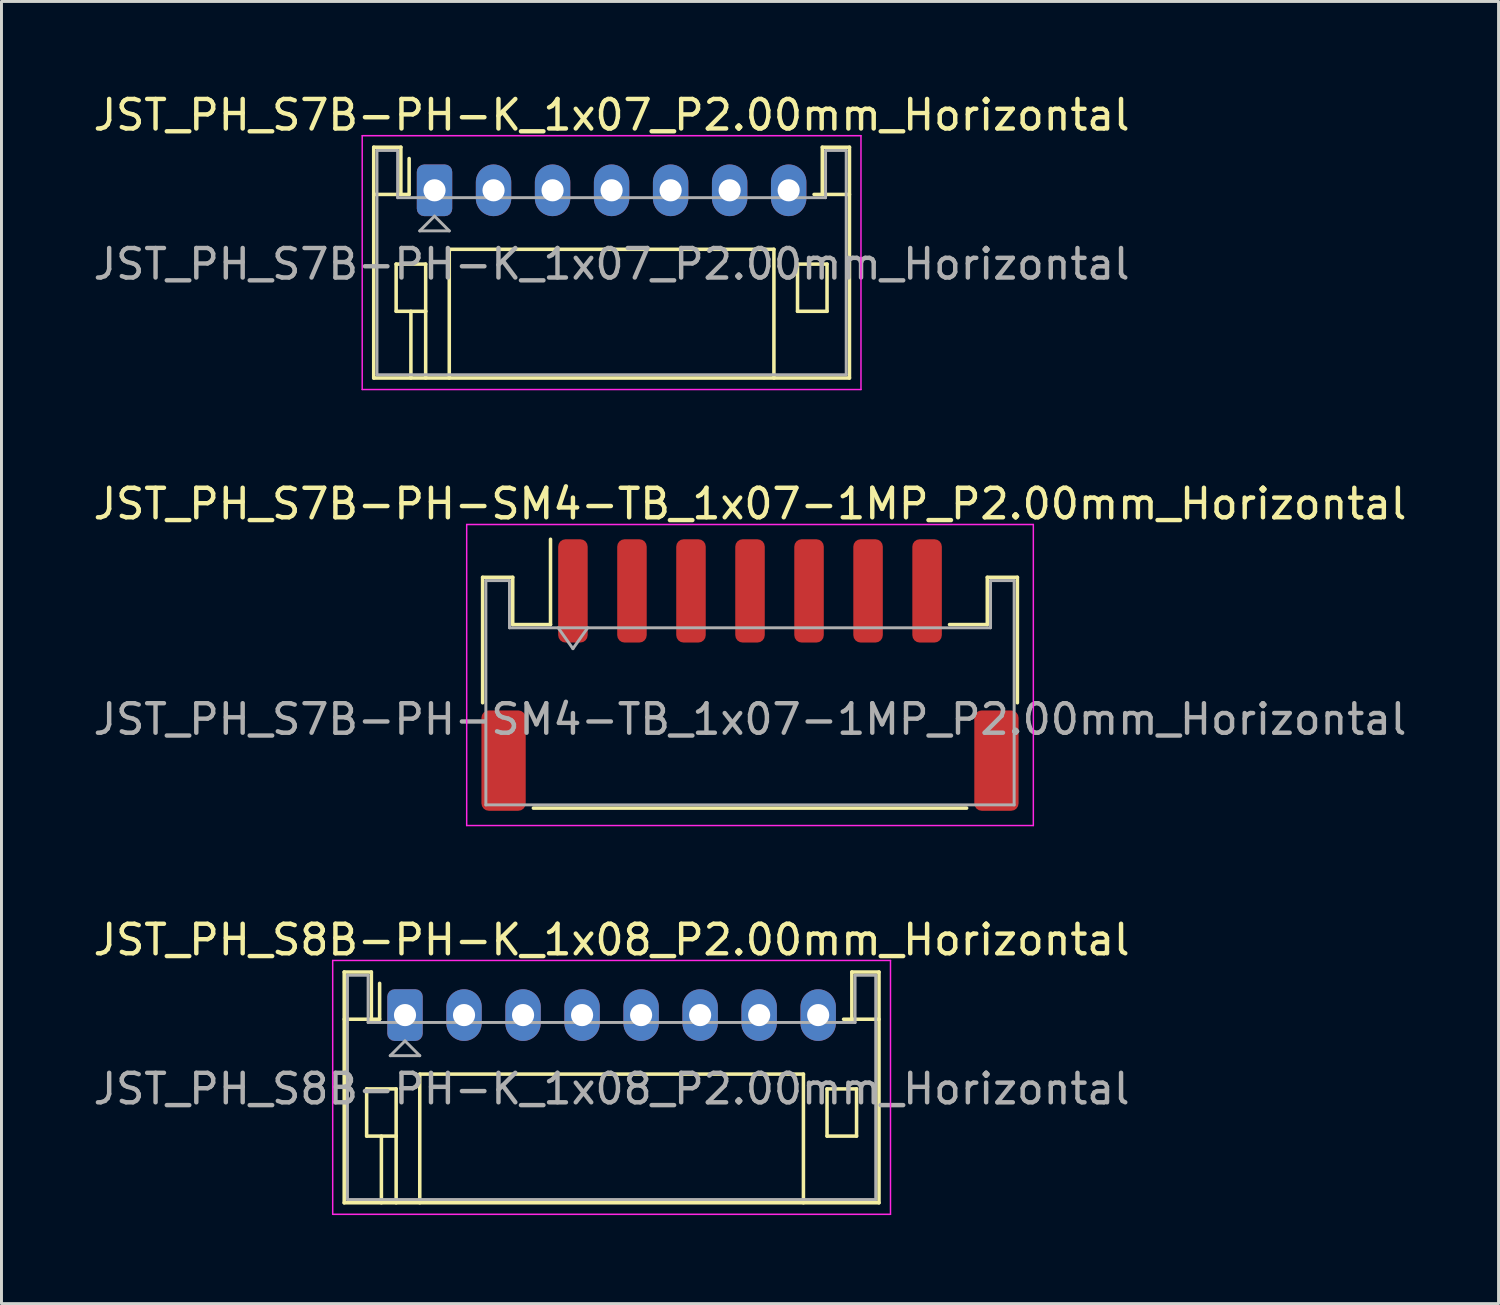
<source format=kicad_pcb>
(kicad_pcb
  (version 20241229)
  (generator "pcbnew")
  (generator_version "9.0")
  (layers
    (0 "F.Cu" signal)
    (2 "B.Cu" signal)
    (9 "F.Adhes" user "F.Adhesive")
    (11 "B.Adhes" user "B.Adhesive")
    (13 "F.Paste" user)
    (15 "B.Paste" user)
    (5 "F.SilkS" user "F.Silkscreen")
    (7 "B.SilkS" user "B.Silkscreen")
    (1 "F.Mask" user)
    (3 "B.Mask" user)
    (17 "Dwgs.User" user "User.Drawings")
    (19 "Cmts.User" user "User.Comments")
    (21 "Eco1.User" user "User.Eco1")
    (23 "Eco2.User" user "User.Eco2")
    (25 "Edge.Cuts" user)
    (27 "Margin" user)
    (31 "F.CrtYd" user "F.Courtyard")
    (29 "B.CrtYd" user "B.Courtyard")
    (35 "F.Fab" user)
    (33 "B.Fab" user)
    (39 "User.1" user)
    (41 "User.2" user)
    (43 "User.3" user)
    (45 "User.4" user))
  (footprint "JST_PH_S7B-PH-SM4-TB_1x07-1MP_P2.00mm_Horizontal"
    (layer "F.Cu")
    (at 22.363 19.822)
    (property "Reference" "JST_PH_S7B-PH-SM4-TB_1x07-1MP_P2.00mm_Horizontal" (at 0 -5.8 0) (layer "F.SilkS") (effects (font (size 1 1) (thickness 0.15))))
    (attr smd)
    (fp_line (start -9.06 -3.31) (end -8.04 -3.31) (stroke (width 0.12) (type solid)) (layer "F.SilkS"))
    (fp_line (start -9.06 0.94) (end -9.06 -3.31) (stroke (width 0.12) (type solid)) (layer "F.SilkS"))
    (fp_line (start -8.04 -3.31) (end -8.04 -1.71) (stroke (width 0.12) (type solid)) (layer "F.SilkS"))
    (fp_line (start -8.04 -1.71) (end -6.76 -1.71) (stroke (width 0.12) (type solid)) (layer "F.SilkS"))
    (fp_line (start -7.34 4.51) (end 7.34 4.51) (stroke (width 0.12) (type solid)) (layer "F.SilkS"))
    (fp_line (start -6.76 -1.71) (end -6.76 -4.6) (stroke (width 0.12) (type solid)) (layer "F.SilkS"))
    (fp_line (start 8.04 -3.31) (end 8.04 -1.71) (stroke (width 0.12) (type solid)) (layer "F.SilkS"))
    (fp_line (start 8.04 -1.71) (end 6.76 -1.71) (stroke (width 0.12) (type solid)) (layer "F.SilkS"))
    (fp_line (start 9.06 -3.31) (end 8.04 -3.31) (stroke (width 0.12) (type solid)) (layer "F.SilkS"))
    (fp_line (start 9.06 0.94) (end 9.06 -3.31) (stroke (width 0.12) (type solid)) (layer "F.SilkS"))
    (fp_line (start -9.6 -5.1) (end -9.6 5.1) (stroke (width 0.05) (type solid)) (layer "F.CrtYd"))
    (fp_line (start -9.6 5.1) (end 9.6 5.1) (stroke (width 0.05) (type solid)) (layer "F.CrtYd"))
    (fp_line (start 9.6 -5.1) (end -9.6 -5.1) (stroke (width 0.05) (type solid)) (layer "F.CrtYd"))
    (fp_line (start 9.6 5.1) (end 9.6 -5.1) (stroke (width 0.05) (type solid)) (layer "F.CrtYd"))
    (fp_line (start -8.95 -3.2) (end -8.95 4.4) (stroke (width 0.1) (type solid)) (layer "F.Fab"))
    (fp_line (start -8.95 -3.2) (end -8.15 -3.2) (stroke (width 0.1) (type solid)) (layer "F.Fab"))
    (fp_line (start -8.95 4.4) (end 8.95 4.4) (stroke (width 0.1) (type solid)) (layer "F.Fab"))
    (fp_line (start -8.15 -3.2) (end -8.15 -1.6) (stroke (width 0.1) (type solid)) (layer "F.Fab"))
    (fp_line (start -8.15 -1.6) (end 8.15 -1.6) (stroke (width 0.1) (type solid)) (layer "F.Fab"))
    (fp_line (start -6.5 -1.6) (end -6 -0.893) (stroke (width 0.1) (type solid)) (layer "F.Fab"))
    (fp_line (start -6 -0.893) (end -5.5 -1.6) (stroke (width 0.1) (type solid)) (layer "F.Fab"))
    (fp_line (start 8.15 -3.2) (end 8.95 -3.2) (stroke (width 0.1) (type solid)) (layer "F.Fab"))
    (fp_line (start 8.15 -1.6) (end 8.15 -3.2) (stroke (width 0.1) (type solid)) (layer "F.Fab"))
    (fp_line (start 8.95 -3.2) (end 8.95 4.4) (stroke (width 0.1) (type solid)) (layer "F.Fab"))
    (fp_text user "${REFERENCE}" (at 0 1.5 0) (layer "F.Fab") (effects (font (size 1 1) (thickness 0.15))))
    (pad "1" smd roundrect (at -6 -2.85) (size 1 3.5) (layers "F.Cu" "F.Mask" "F.Paste") (roundrect_rratio 0.25))
    (pad "2" smd roundrect (at -4 -2.85) (size 1 3.5) (layers "F.Cu" "F.Mask" "F.Paste") (roundrect_rratio 0.25))
    (pad "3" smd roundrect (at -2 -2.85) (size 1 3.5) (layers "F.Cu" "F.Mask" "F.Paste") (roundrect_rratio 0.25))
    (pad "4" smd roundrect (at 0 -2.85) (size 1 3.5) (layers "F.Cu" "F.Mask" "F.Paste") (roundrect_rratio 0.25))
    (pad "5" smd roundrect (at 2 -2.85) (size 1 3.5) (layers "F.Cu" "F.Mask" "F.Paste") (roundrect_rratio 0.25))
    (pad "6" smd roundrect (at 4 -2.85) (size 1 3.5) (layers "F.Cu" "F.Mask" "F.Paste") (roundrect_rratio 0.25))
    (pad "7" smd roundrect (at 6 -2.85) (size 1 3.5) (layers "F.Cu" "F.Mask" "F.Paste") (roundrect_rratio 0.25))
    (pad "MP" smd roundrect (at -8.35 2.9) (size 1.5 3.4) (layers "F.Cu" "F.Mask" "F.Paste") (roundrect_rratio 0.167))
    (pad "MP" smd roundrect (at 8.35 2.9) (size 1.5 3.4) (layers "F.Cu" "F.Mask" "F.Paste") (roundrect_rratio 0.167)))
  (footprint "JST_PH_S8B-PH-K_1x08_P2.00mm_Horizontal"
    (layer "F.Cu")
    (at 10.673 31.345)
    (property "Reference" "JST_PH_S8B-PH-K_1x08_P2.00mm_Horizontal" (at 7 -2.55 0) (layer "F.SilkS") (effects (font (size 1 1) (thickness 0.15))))
    (attr through_hole)
    (fp_line (start -2.06 -1.46) (end -2.06 6.36) (stroke (width 0.12) (type solid)) (layer "F.SilkS"))
    (fp_line (start -2.06 0.14) (end -1.14 0.14) (stroke (width 0.12) (type solid)) (layer "F.SilkS"))
    (fp_line (start -2.06 6.36) (end 16.06 6.36) (stroke (width 0.12) (type solid)) (layer "F.SilkS"))
    (fp_line (start -1.3 2.5) (end -1.3 4.1) (stroke (width 0.12) (type solid)) (layer "F.SilkS"))
    (fp_line (start -1.3 4.1) (end -0.3 4.1) (stroke (width 0.12) (type solid)) (layer "F.SilkS"))
    (fp_line (start -1.14 -1.46) (end -2.06 -1.46) (stroke (width 0.12) (type solid)) (layer "F.SilkS"))
    (fp_line (start -1.14 0.14) (end -1.14 -1.46) (stroke (width 0.12) (type solid)) (layer "F.SilkS"))
    (fp_line (start -0.86 0.14) (end -1.14 0.14) (stroke (width 0.12) (type solid)) (layer "F.SilkS"))
    (fp_line (start -0.86 0.14) (end -0.86 -1.075) (stroke (width 0.12) (type solid)) (layer "F.SilkS"))
    (fp_line (start -0.8 4.1) (end -0.8 6.36) (stroke (width 0.12) (type solid)) (layer "F.SilkS"))
    (fp_line (start -0.3 2.5) (end -1.3 2.5) (stroke (width 0.12) (type solid)) (layer "F.SilkS"))
    (fp_line (start -0.3 4.1) (end -0.3 2.5) (stroke (width 0.12) (type solid)) (layer "F.SilkS"))
    (fp_line (start -0.3 4.1) (end -0.3 6.36) (stroke (width 0.12) (type solid)) (layer "F.SilkS"))
    (fp_line (start 0.5 2) (end 13.5 2) (stroke (width 0.12) (type solid)) (layer "F.SilkS"))
    (fp_line (start 0.5 6.36) (end 0.5 2) (stroke (width 0.12) (type solid)) (layer "F.SilkS"))
    (fp_line (start 13.5 2) (end 13.5 6.36) (stroke (width 0.12) (type solid)) (layer "F.SilkS"))
    (fp_line (start 14.3 2.5) (end 15.3 2.5) (stroke (width 0.12) (type solid)) (layer "F.SilkS"))
    (fp_line (start 14.3 4.1) (end 14.3 2.5) (stroke (width 0.12) (type solid)) (layer "F.SilkS"))
    (fp_line (start 15.14 -1.46) (end 15.14 0.14) (stroke (width 0.12) (type solid)) (layer "F.SilkS"))
    (fp_line (start 15.14 0.14) (end 14.86 0.14) (stroke (width 0.12) (type solid)) (layer "F.SilkS"))
    (fp_line (start 15.3 2.5) (end 15.3 4.1) (stroke (width 0.12) (type solid)) (layer "F.SilkS"))
    (fp_line (start 15.3 4.1) (end 14.3 4.1) (stroke (width 0.12) (type solid)) (layer "F.SilkS"))
    (fp_line (start 16.06 -1.46) (end 15.14 -1.46) (stroke (width 0.12) (type solid)) (layer "F.SilkS"))
    (fp_line (start 16.06 0.14) (end 15.14 0.14) (stroke (width 0.12) (type solid)) (layer "F.SilkS"))
    (fp_line (start 16.06 6.36) (end 16.06 -1.46) (stroke (width 0.12) (type solid)) (layer "F.SilkS"))
    (fp_line (start -2.45 -1.85) (end -2.45 6.75) (stroke (width 0.05) (type solid)) (layer "F.CrtYd"))
    (fp_line (start -2.45 6.75) (end 16.45 6.75) (stroke (width 0.05) (type solid)) (layer "F.CrtYd"))
    (fp_line (start 16.45 -1.85) (end -2.45 -1.85) (stroke (width 0.05) (type solid)) (layer "F.CrtYd"))
    (fp_line (start 16.45 6.75) (end 16.45 -1.85) (stroke (width 0.05) (type solid)) (layer "F.CrtYd"))
    (fp_line (start -1.95 -1.35) (end -1.95 6.25) (stroke (width 0.1) (type solid)) (layer "F.Fab"))
    (fp_line (start -1.95 6.25) (end 15.95 6.25) (stroke (width 0.1) (type solid)) (layer "F.Fab"))
    (fp_line (start -1.25 -1.35) (end -1.95 -1.35) (stroke (width 0.1) (type solid)) (layer "F.Fab"))
    (fp_line (start -1.25 0.25) (end -1.25 -1.35) (stroke (width 0.1) (type solid)) (layer "F.Fab"))
    (fp_line (start -0.5 1.375) (end 0.5 1.375) (stroke (width 0.1) (type solid)) (layer "F.Fab"))
    (fp_line (start 0 0.875) (end -0.5 1.375) (stroke (width 0.1) (type solid)) (layer "F.Fab"))
    (fp_line (start 0.5 1.375) (end 0 0.875) (stroke (width 0.1) (type solid)) (layer "F.Fab"))
    (fp_line (start 15.25 -1.35) (end 15.25 0.25) (stroke (width 0.1) (type solid)) (layer "F.Fab"))
    (fp_line (start 15.25 0.25) (end -1.25 0.25) (stroke (width 0.1) (type solid)) (layer "F.Fab"))
    (fp_line (start 15.95 -1.35) (end 15.25 -1.35) (stroke (width 0.1) (type solid)) (layer "F.Fab"))
    (fp_line (start 15.95 6.25) (end 15.95 -1.35) (stroke (width 0.1) (type solid)) (layer "F.Fab"))
    (fp_text user "${REFERENCE}" (at 7 2.5 0) (layer "F.Fab") (effects (font (size 1 1) (thickness 0.15))))
    (pad "1" thru_hole roundrect (at 0 0) (size 1.2 1.75) (drill 0.75) (layers "*.Cu" "*.Mask") (roundrect_rratio 0.208))
    (pad "2" thru_hole oval (at 2 0) (size 1.2 1.75) (drill 0.75) (layers "*.Cu" "*.Mask"))
    (pad "3" thru_hole oval (at 4 0) (size 1.2 1.75) (drill 0.75) (layers "*.Cu" "*.Mask"))
    (pad "4" thru_hole oval (at 6 0) (size 1.2 1.75) (drill 0.75) (layers "*.Cu" "*.Mask"))
    (pad "5" thru_hole oval (at 8 0) (size 1.2 1.75) (drill 0.75) (layers "*.Cu" "*.Mask"))
    (pad "6" thru_hole oval (at 10 0) (size 1.2 1.75) (drill 0.75) (layers "*.Cu" "*.Mask"))
    (pad "7" thru_hole oval (at 12 0) (size 1.2 1.75) (drill 0.75) (layers "*.Cu" "*.Mask"))
    (pad "8" thru_hole oval (at 14 0) (size 1.2 1.75) (drill 0.75) (layers "*.Cu" "*.Mask")))
  (footprint "JST_PH_S7B-PH-K_1x07_P2.00mm_Horizontal"
    (layer "F.Cu")
    (at 11.673 3.398)
    (property "Reference" "JST_PH_S7B-PH-K_1x07_P2.00mm_Horizontal" (at 6 -2.55 0) (layer "F.SilkS") (effects (font (size 1 1) (thickness 0.15))))
    (attr through_hole)
    (fp_line (start -2.06 -1.46) (end -2.06 6.36) (stroke (width 0.12) (type solid)) (layer "F.SilkS"))
    (fp_line (start -2.06 0.14) (end -1.14 0.14) (stroke (width 0.12) (type solid)) (layer "F.SilkS"))
    (fp_line (start -2.06 6.36) (end 14.06 6.36) (stroke (width 0.12) (type solid)) (layer "F.SilkS"))
    (fp_line (start -1.3 2.5) (end -1.3 4.1) (stroke (width 0.12) (type solid)) (layer "F.SilkS"))
    (fp_line (start -1.3 4.1) (end -0.3 4.1) (stroke (width 0.12) (type solid)) (layer "F.SilkS"))
    (fp_line (start -1.14 -1.46) (end -2.06 -1.46) (stroke (width 0.12) (type solid)) (layer "F.SilkS"))
    (fp_line (start -1.14 0.14) (end -1.14 -1.46) (stroke (width 0.12) (type solid)) (layer "F.SilkS"))
    (fp_line (start -0.86 0.14) (end -1.14 0.14) (stroke (width 0.12) (type solid)) (layer "F.SilkS"))
    (fp_line (start -0.86 0.14) (end -0.86 -1.075) (stroke (width 0.12) (type solid)) (layer "F.SilkS"))
    (fp_line (start -0.8 4.1) (end -0.8 6.36) (stroke (width 0.12) (type solid)) (layer "F.SilkS"))
    (fp_line (start -0.3 2.5) (end -1.3 2.5) (stroke (width 0.12) (type solid)) (layer "F.SilkS"))
    (fp_line (start -0.3 4.1) (end -0.3 2.5) (stroke (width 0.12) (type solid)) (layer "F.SilkS"))
    (fp_line (start -0.3 4.1) (end -0.3 6.36) (stroke (width 0.12) (type solid)) (layer "F.SilkS"))
    (fp_line (start 0.5 2) (end 11.5 2) (stroke (width 0.12) (type solid)) (layer "F.SilkS"))
    (fp_line (start 0.5 6.36) (end 0.5 2) (stroke (width 0.12) (type solid)) (layer "F.SilkS"))
    (fp_line (start 11.5 2) (end 11.5 6.36) (stroke (width 0.12) (type solid)) (layer "F.SilkS"))
    (fp_line (start 12.3 2.5) (end 13.3 2.5) (stroke (width 0.12) (type solid)) (layer "F.SilkS"))
    (fp_line (start 12.3 4.1) (end 12.3 2.5) (stroke (width 0.12) (type solid)) (layer "F.SilkS"))
    (fp_line (start 13.14 -1.46) (end 13.14 0.14) (stroke (width 0.12) (type solid)) (layer "F.SilkS"))
    (fp_line (start 13.14 0.14) (end 12.86 0.14) (stroke (width 0.12) (type solid)) (layer "F.SilkS"))
    (fp_line (start 13.3 2.5) (end 13.3 4.1) (stroke (width 0.12) (type solid)) (layer "F.SilkS"))
    (fp_line (start 13.3 4.1) (end 12.3 4.1) (stroke (width 0.12) (type solid)) (layer "F.SilkS"))
    (fp_line (start 14.06 -1.46) (end 13.14 -1.46) (stroke (width 0.12) (type solid)) (layer "F.SilkS"))
    (fp_line (start 14.06 0.14) (end 13.14 0.14) (stroke (width 0.12) (type solid)) (layer "F.SilkS"))
    (fp_line (start 14.06 6.36) (end 14.06 -1.46) (stroke (width 0.12) (type solid)) (layer "F.SilkS"))
    (fp_line (start -2.45 -1.85) (end -2.45 6.75) (stroke (width 0.05) (type solid)) (layer "F.CrtYd"))
    (fp_line (start -2.45 6.75) (end 14.45 6.75) (stroke (width 0.05) (type solid)) (layer "F.CrtYd"))
    (fp_line (start 14.45 -1.85) (end -2.45 -1.85) (stroke (width 0.05) (type solid)) (layer "F.CrtYd"))
    (fp_line (start 14.45 6.75) (end 14.45 -1.85) (stroke (width 0.05) (type solid)) (layer "F.CrtYd"))
    (fp_line (start -1.95 -1.35) (end -1.95 6.25) (stroke (width 0.1) (type solid)) (layer "F.Fab"))
    (fp_line (start -1.95 6.25) (end 13.95 6.25) (stroke (width 0.1) (type solid)) (layer "F.Fab"))
    (fp_line (start -1.25 -1.35) (end -1.95 -1.35) (stroke (width 0.1) (type solid)) (layer "F.Fab"))
    (fp_line (start -1.25 0.25) (end -1.25 -1.35) (stroke (width 0.1) (type solid)) (layer "F.Fab"))
    (fp_line (start -0.5 1.375) (end 0.5 1.375) (stroke (width 0.1) (type solid)) (layer "F.Fab"))
    (fp_line (start 0 0.875) (end -0.5 1.375) (stroke (width 0.1) (type solid)) (layer "F.Fab"))
    (fp_line (start 0.5 1.375) (end 0 0.875) (stroke (width 0.1) (type solid)) (layer "F.Fab"))
    (fp_line (start 13.25 -1.35) (end 13.25 0.25) (stroke (width 0.1) (type solid)) (layer "F.Fab"))
    (fp_line (start 13.25 0.25) (end -1.25 0.25) (stroke (width 0.1) (type solid)) (layer "F.Fab"))
    (fp_line (start 13.95 -1.35) (end 13.25 -1.35) (stroke (width 0.1) (type solid)) (layer "F.Fab"))
    (fp_line (start 13.95 6.25) (end 13.95 -1.35) (stroke (width 0.1) (type solid)) (layer "F.Fab"))
    (fp_text user "${REFERENCE}" (at 6 2.5 0) (layer "F.Fab") (effects (font (size 1 1) (thickness 0.15))))
    (pad "1" thru_hole roundrect (at 0 0) (size 1.2 1.75) (drill 0.75) (layers "*.Cu" "*.Mask") (roundrect_rratio 0.208))
    (pad "2" thru_hole oval (at 2 0) (size 1.2 1.75) (drill 0.75) (layers "*.Cu" "*.Mask"))
    (pad "3" thru_hole oval (at 4 0) (size 1.2 1.75) (drill 0.75) (layers "*.Cu" "*.Mask"))
    (pad "4" thru_hole oval (at 6 0) (size 1.2 1.75) (drill 0.75) (layers "*.Cu" "*.Mask"))
    (pad "5" thru_hole oval (at 8 0) (size 1.2 1.75) (drill 0.75) (layers "*.Cu" "*.Mask"))
    (pad "6" thru_hole oval (at 10 0) (size 1.2 1.75) (drill 0.75) (layers "*.Cu" "*.Mask"))
    (pad "7" thru_hole oval (at 12 0) (size 1.2 1.75) (drill 0.75) (layers "*.Cu" "*.Mask")))
  (gr_rect
    (start -3 -3)
    (end 47.726 41.12)
    (stroke (width 0.1) (type default))
    (fill no)
    (layer "Edge.Cuts")))
</source>
